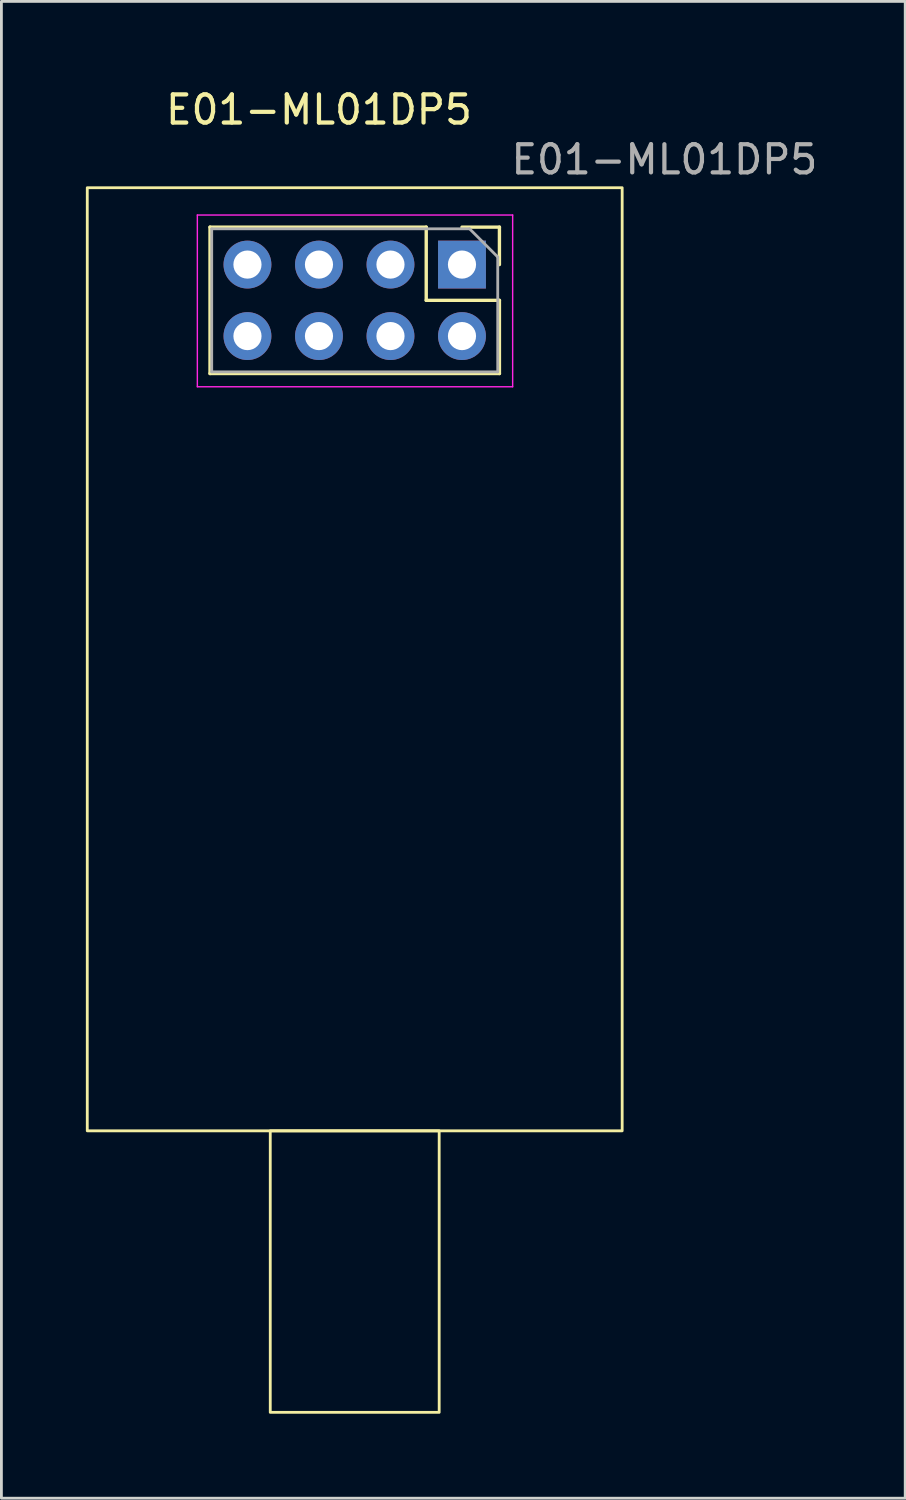
<source format=kicad_pcb>
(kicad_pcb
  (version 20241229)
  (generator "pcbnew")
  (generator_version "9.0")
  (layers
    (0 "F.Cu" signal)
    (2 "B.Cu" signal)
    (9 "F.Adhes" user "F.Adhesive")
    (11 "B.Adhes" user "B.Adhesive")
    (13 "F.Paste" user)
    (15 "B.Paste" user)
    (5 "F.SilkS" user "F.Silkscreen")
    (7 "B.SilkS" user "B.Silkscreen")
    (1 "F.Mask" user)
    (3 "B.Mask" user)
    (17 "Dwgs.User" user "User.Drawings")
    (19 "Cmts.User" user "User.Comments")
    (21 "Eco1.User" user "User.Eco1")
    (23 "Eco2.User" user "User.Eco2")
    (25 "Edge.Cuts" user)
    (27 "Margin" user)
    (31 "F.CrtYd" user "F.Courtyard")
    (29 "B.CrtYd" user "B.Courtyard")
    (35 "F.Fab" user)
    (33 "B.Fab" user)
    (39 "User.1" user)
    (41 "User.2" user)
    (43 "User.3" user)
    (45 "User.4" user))
  (footprint "E01-ML01DP5"
    (layer "F.Cu")
    (at 9.55 3.618)
    (property "Reference" "E01-ML01DP5" (at -1.27 -2.77 0) (layer "F.SilkS") (effects (font (size 1 1) (thickness 0.15))))
    (attr through_hole)
    (fp_line (start -5.14 6.6) (end -5.14 1.4) (stroke (width 0.12) (type solid)) (layer "F.SilkS"))
    (fp_line (start 2.54 1.4) (end -5.14 1.4) (stroke (width 0.12) (type solid)) (layer "F.SilkS"))
    (fp_line (start 2.54 4) (end 2.54 1.4) (stroke (width 0.12) (type solid)) (layer "F.SilkS"))
    (fp_line (start 5.14 1.4) (end 3.81 1.4) (stroke (width 0.12) (type solid)) (layer "F.SilkS"))
    (fp_line (start 5.14 2.73) (end 5.14 1.4) (stroke (width 0.12) (type solid)) (layer "F.SilkS"))
    (fp_line (start 5.14 4) (end 2.54 4) (stroke (width 0.12) (type solid)) (layer "F.SilkS"))
    (fp_line (start 5.14 6.6) (end -5.14 6.6) (stroke (width 0.12) (type solid)) (layer "F.SilkS"))
    (fp_line (start 5.14 6.6) (end 5.14 4) (stroke (width 0.12) (type solid)) (layer "F.SilkS"))
    (fp_rect (start -9.5 0) (end 9.5 33.5) (stroke (width 0.1) (type default)) (fill no) (layer "F.SilkS"))
    (fp_rect (start -3 33.5) (end 3 43.5) (stroke (width 0.1) (type default)) (fill no) (layer "F.SilkS"))
    (fp_line (start -5.59 0.97) (end -5.59 7.07) (stroke (width 0.05) (type solid)) (layer "F.CrtYd"))
    (fp_line (start -5.59 7.07) (end 5.61 7.07) (stroke (width 0.05) (type solid)) (layer "F.CrtYd"))
    (fp_line (start 5.61 0.97) (end -5.59 0.97) (stroke (width 0.05) (type solid)) (layer "F.CrtYd"))
    (fp_line (start 5.61 7.07) (end 5.61 0.97) (stroke (width 0.05) (type solid)) (layer "F.CrtYd"))
    (fp_line (start -5.08 1.46) (end -5.08 6.54) (stroke (width 0.1) (type solid)) (layer "F.Fab"))
    (fp_line (start -5.08 6.54) (end 5.08 6.54) (stroke (width 0.1) (type solid)) (layer "F.Fab"))
    (fp_line (start 4.08 1.46) (end -5.08 1.46) (stroke (width 0.1) (type solid)) (layer "F.Fab"))
    (fp_line (start 5.08 2.46) (end 4.08 1.46) (stroke (width 0.1) (type solid)) (layer "F.Fab"))
    (fp_line (start 5.08 6.54) (end 5.08 2.46) (stroke (width 0.1) (type solid)) (layer "F.Fab"))
    (fp_text user "${REFERENCE}" (at 11 -1 180) (layer "F.Fab") (effects (font (size 1 1) (thickness 0.15))))
    (pad "1" thru_hole rect (at 3.81 2.73 270) (size 1.7 1.7) (drill 1) (layers "*.Cu" "*.Mask"))
    (pad "2" thru_hole oval (at 3.81 5.27 270) (size 1.7 1.7) (drill 1) (layers "*.Cu" "*.Mask"))
    (pad "3" thru_hole oval (at 1.27 2.73 270) (size 1.7 1.7) (drill 1) (layers "*.Cu" "*.Mask"))
    (pad "4" thru_hole oval (at 1.27 5.27 270) (size 1.7 1.7) (drill 1) (layers "*.Cu" "*.Mask"))
    (pad "5" thru_hole oval (at -1.27 2.73 270) (size 1.7 1.7) (drill 1) (layers "*.Cu" "*.Mask"))
    (pad "6" thru_hole oval (at -1.27 5.27 270) (size 1.7 1.7) (drill 1) (layers "*.Cu" "*.Mask"))
    (pad "7" thru_hole oval (at -3.81 2.73 270) (size 1.7 1.7) (drill 1) (layers "*.Cu" "*.Mask"))
    (pad "8" thru_hole oval (at -3.81 5.27 270) (size 1.7 1.7) (drill 1) (layers "*.Cu" "*.Mask")))
  (gr_rect
    (start -3 -3)
    (end 29.104 50.168)
    (stroke (width 0.1) (type default))
    (fill no)
    (layer "Edge.Cuts")))
</source>
